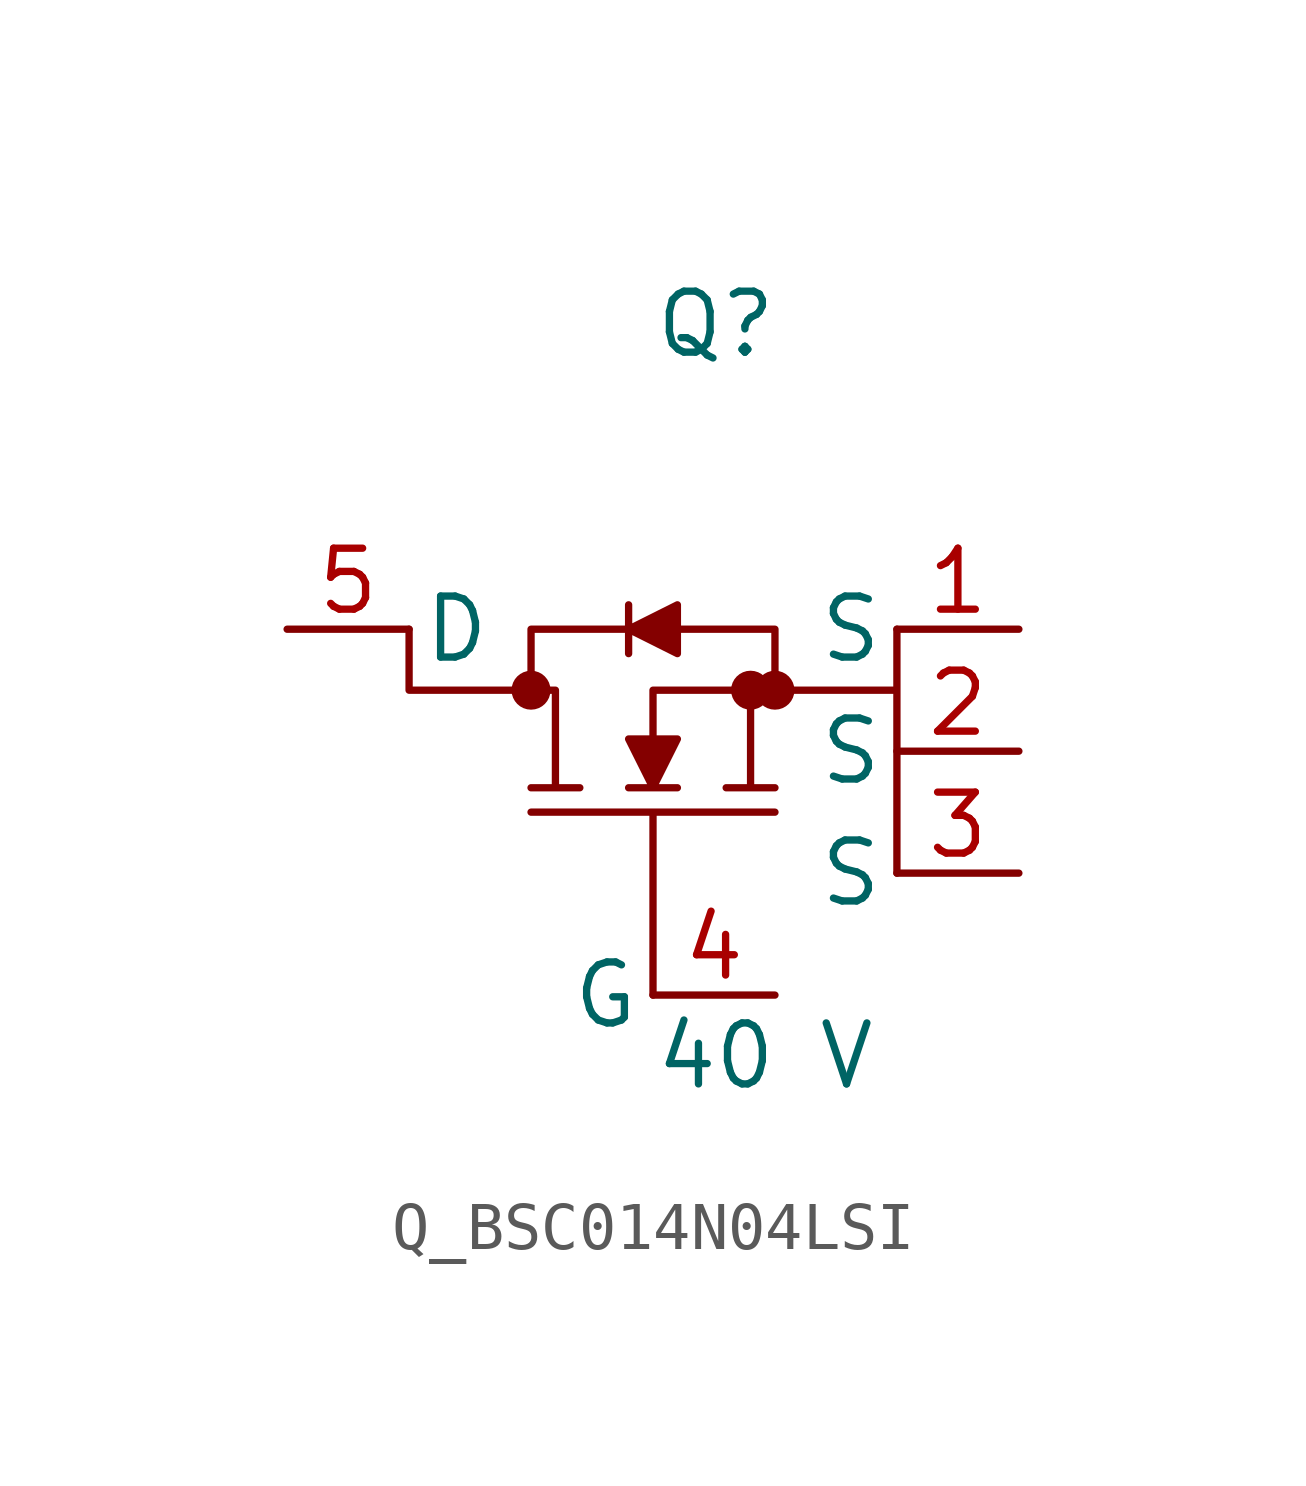
<source format=kicad_sym>
(kicad_symbol_lib
  (version 20231120)
  (generator kicad_symbol_editor)
  (generator_version 8.0)
  (symbol "Q_BSC014N04LSI"
    (pin_names
      (offset 0.254))
    (property "Reference" "Q"
      (at 0 7.62 0)
      (effects (font (size 1.27 1.27)) (justify left)))
    (property "Value" "40 V"
      (at 0 -7.62 0)
      (effects (font (size 1.27 1.27)) (justify left)))
    (symbol "Q_BSC014N04LSI_1_0"
      (polyline (pts (xy 0 -6.35) (xy 0 -2.54) (xy -2.54 -2.54) (xy 2.54 -2.54) (xy 0 -2.54) (xy 0 -6.35)) (stroke (width 0) (type default)) (fill (type none)))
      (polyline (pts (xy 5.08 1.27) (xy 5.08 0.0) (xy 2.54 0.0) (xy 2.54 1.27) (xy 0.508 1.27) (xy 0.508 1.778) (xy -0.508 1.27) (xy -0.508 1.778) (xy -0.508 1.27) (xy -2.54 1.27) (xy -2.54 0.0) (xy -5.08 0.0) (xy -5.08 1.27) (xy -5.08 0.0) (xy -2.032 0.0) (xy -2.032 -2.032) (xy -2.54 -2.032) (xy -1.524 -2.032) (xy -2.032 -2.032) (xy -2.032 0.0) (xy -2.54 0.0) (xy -2.54 1.27) (xy -0.508 1.27) (xy -0.508 0.762) (xy -0.508 1.27) (xy 0.508 0.762) (xy 0.508 1.27) (xy 2.54 1.27) (xy 2.54 0.0) (xy 0 0.0) (xy 0 -1.016) (xy -0.508 -1.016) (xy 0 -2.032) (xy -0.508 -2.032) (xy 0.508 -2.032) (xy 0 -2.032) (xy 0.508 -1.016) (xy 0 -1.016) (xy 0 0.0) (xy 2.032 0.0) (xy 2.032 -2.032) (xy 1.524 -2.032) (xy 2.54 -2.032) (xy 2.032 -2.032) (xy 2.032 0.0) (xy 5.08 0.0) (xy 5.08 -3.81)) (stroke (width 0) (type default)) (fill (type outline)))
      (circle (center -2.54 0.0) (radius 0.025) (stroke (width 0.381) (type default)) (fill (type none)))
      (circle (center 2.032 0.0) (radius 0.025) (stroke (width 0.381) (type default)) (fill (type none)))
      (circle (center 2.54 0.0) (radius 0.025) (stroke (width 0.381) (type default)) (fill (type none)))
      (pin unspecified line (at -7.62 1.27 0) (length 2.54) (name "D" (effects (font (size 1.27 1.27)))) (number "5" (effects (font (size 1.27 1.27)))))
      (pin unspecified line (at 7.62 1.27 180) (length 2.54) (name "S" (effects (font (size 1.27 1.27)))) (number "1" (effects (font (size 1.27 1.27)))))
      (pin unspecified line (at 7.62 -1.27 180) (length 2.54) (name "S" (effects (font (size 1.27 1.27)))) (number "2" (effects (font (size 1.27 1.27)))))
      (pin unspecified line (at 7.62 -3.81 180) (length 2.54) (name "S" (effects (font (size 1.27 1.27)))) (number "3" (effects (font (size 1.27 1.27)))))
      (pin unspecified line (at 2.54 -6.35 180) (length 2.54) (name "G" (effects (font (size 1.27 1.27)))) (number "4" (effects (font (size 1.27 1.27))))))))
</source>
